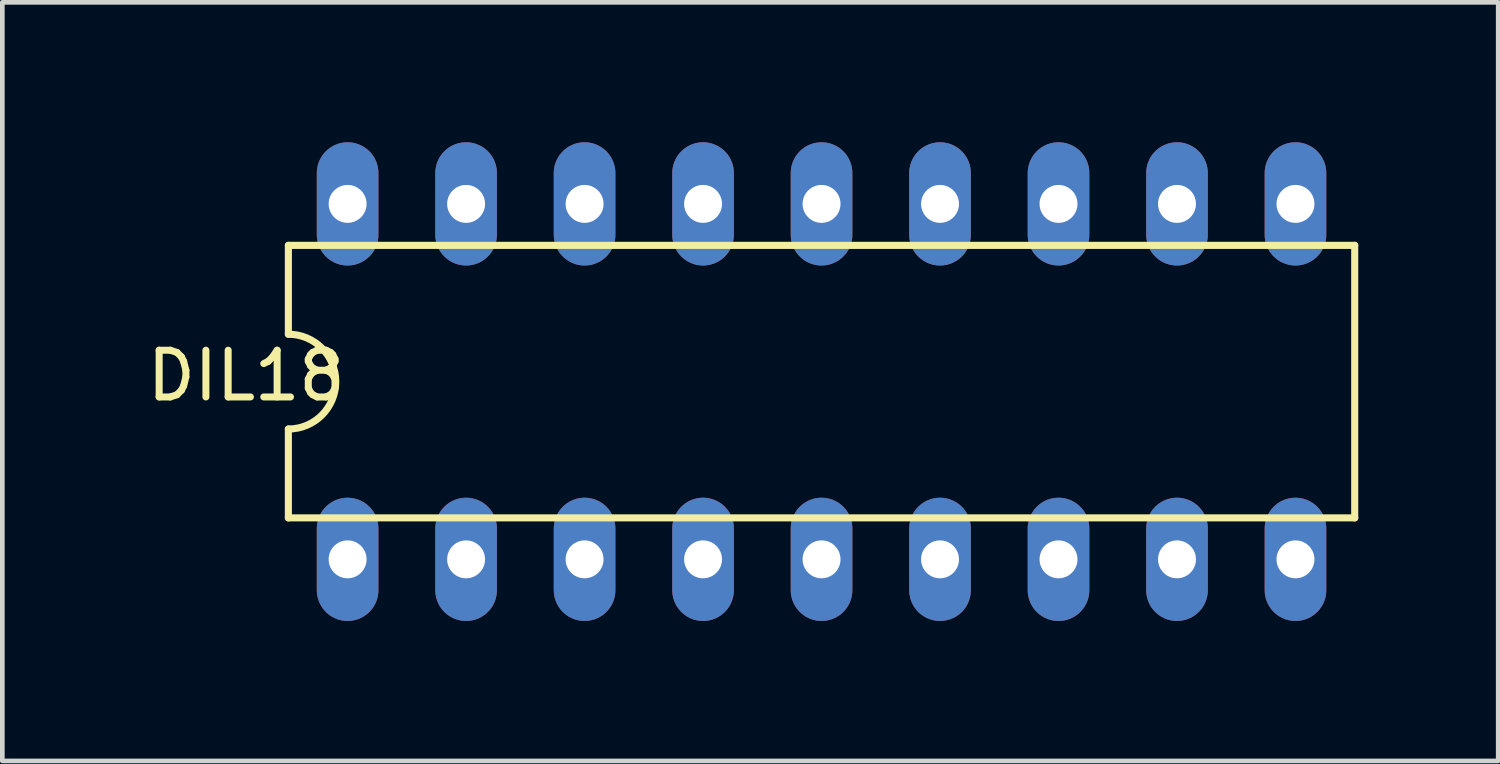
<source format=kicad_pcb>
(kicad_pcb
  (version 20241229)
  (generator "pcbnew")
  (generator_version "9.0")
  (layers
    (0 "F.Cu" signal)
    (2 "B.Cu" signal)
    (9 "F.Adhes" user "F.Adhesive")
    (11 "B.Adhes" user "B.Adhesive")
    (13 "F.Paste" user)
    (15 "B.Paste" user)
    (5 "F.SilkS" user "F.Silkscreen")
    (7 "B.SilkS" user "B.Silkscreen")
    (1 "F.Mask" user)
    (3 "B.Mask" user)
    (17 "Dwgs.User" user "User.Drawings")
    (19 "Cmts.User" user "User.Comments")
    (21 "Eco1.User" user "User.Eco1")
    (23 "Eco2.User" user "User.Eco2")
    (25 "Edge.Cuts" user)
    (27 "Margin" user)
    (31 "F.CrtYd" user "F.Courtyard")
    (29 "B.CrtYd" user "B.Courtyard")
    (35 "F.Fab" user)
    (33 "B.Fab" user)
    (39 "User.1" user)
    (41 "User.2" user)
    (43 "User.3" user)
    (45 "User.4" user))
  (footprint "DIL18"
    (layer "F.Cu")
    (at 14.562 5.131)
    (property "Reference" "DIL18" (at -12.339 -0.127 180) (layer "F.SilkS") (effects (font (size 1.002 1.002) (thickness 0.15))))
    (attr through_hole)
    (fp_line (start -11.43 -2.921) (end -11.43 -1.016) (stroke (width 0.152) (type solid)) (layer "F.SilkS"))
    (fp_line (start -11.43 2.921) (end -11.43 1.016) (stroke (width 0.152) (type solid)) (layer "F.SilkS"))
    (fp_line (start -11.43 2.921) (end 11.43 2.921) (stroke (width 0.152) (type solid)) (layer "F.SilkS"))
    (fp_line (start 11.43 -2.921) (end -11.43 -2.921) (stroke (width 0.152) (type solid)) (layer "F.SilkS"))
    (fp_line (start 11.43 -2.921) (end 11.43 2.921) (stroke (width 0.152) (type solid)) (layer "F.SilkS"))
    (fp_arc (start -11.43 -1.016) (mid -10.414 0) (end -11.43 1.016) (stroke (width 0.1524) (type solid)) (layer "F.SilkS"))
    (pad "1" thru_hole oval (at -10.16 3.81) (size 1.321 2.642) (drill 0.813) (layers "*.Cu" "*.Mask"))
    (pad "2" thru_hole oval (at -7.62 3.81) (size 1.321 2.642) (drill 0.813) (layers "*.Cu" "*.Mask"))
    (pad "3" thru_hole oval (at -5.08 3.81) (size 1.321 2.642) (drill 0.813) (layers "*.Cu" "*.Mask"))
    (pad "4" thru_hole oval (at -2.54 3.81) (size 1.321 2.642) (drill 0.813) (layers "*.Cu" "*.Mask"))
    (pad "5" thru_hole oval (at 0 3.81) (size 1.321 2.642) (drill 0.813) (layers "*.Cu" "*.Mask"))
    (pad "6" thru_hole oval (at 2.54 3.81) (size 1.321 2.642) (drill 0.813) (layers "*.Cu" "*.Mask"))
    (pad "7" thru_hole oval (at 5.08 3.81) (size 1.321 2.642) (drill 0.813) (layers "*.Cu" "*.Mask"))
    (pad "8" thru_hole oval (at 7.62 3.81) (size 1.321 2.642) (drill 0.813) (layers "*.Cu" "*.Mask"))
    (pad "9" thru_hole oval (at 10.16 3.81) (size 1.321 2.642) (drill 0.813) (layers "*.Cu" "*.Mask"))
    (pad "10" thru_hole oval (at 10.16 -3.81) (size 1.321 2.642) (drill 0.813) (layers "*.Cu" "*.Mask"))
    (pad "11" thru_hole oval (at 7.62 -3.81) (size 1.321 2.642) (drill 0.813) (layers "*.Cu" "*.Mask"))
    (pad "12" thru_hole oval (at 5.08 -3.81) (size 1.321 2.642) (drill 0.813) (layers "*.Cu" "*.Mask"))
    (pad "13" thru_hole oval (at 2.54 -3.81) (size 1.321 2.642) (drill 0.813) (layers "*.Cu" "*.Mask"))
    (pad "14" thru_hole oval (at 0 -3.81) (size 1.321 2.642) (drill 0.813) (layers "*.Cu" "*.Mask"))
    (pad "15" thru_hole oval (at -2.54 -3.81) (size 1.321 2.642) (drill 0.813) (layers "*.Cu" "*.Mask"))
    (pad "16" thru_hole oval (at -5.08 -3.81) (size 1.321 2.642) (drill 0.813) (layers "*.Cu" "*.Mask"))
    (pad "17" thru_hole oval (at -7.62 -3.81) (size 1.321 2.642) (drill 0.813) (layers "*.Cu" "*.Mask"))
    (pad "18" thru_hole oval (at -10.16 -3.81) (size 1.321 2.642) (drill 0.813) (layers "*.Cu" "*.Mask")))
  (gr_rect
    (start -3 -3)
    (end 29.068 13.262)
    (stroke (width 0.1) (type default))
    (fill no)
    (layer "Edge.Cuts")))
</source>
